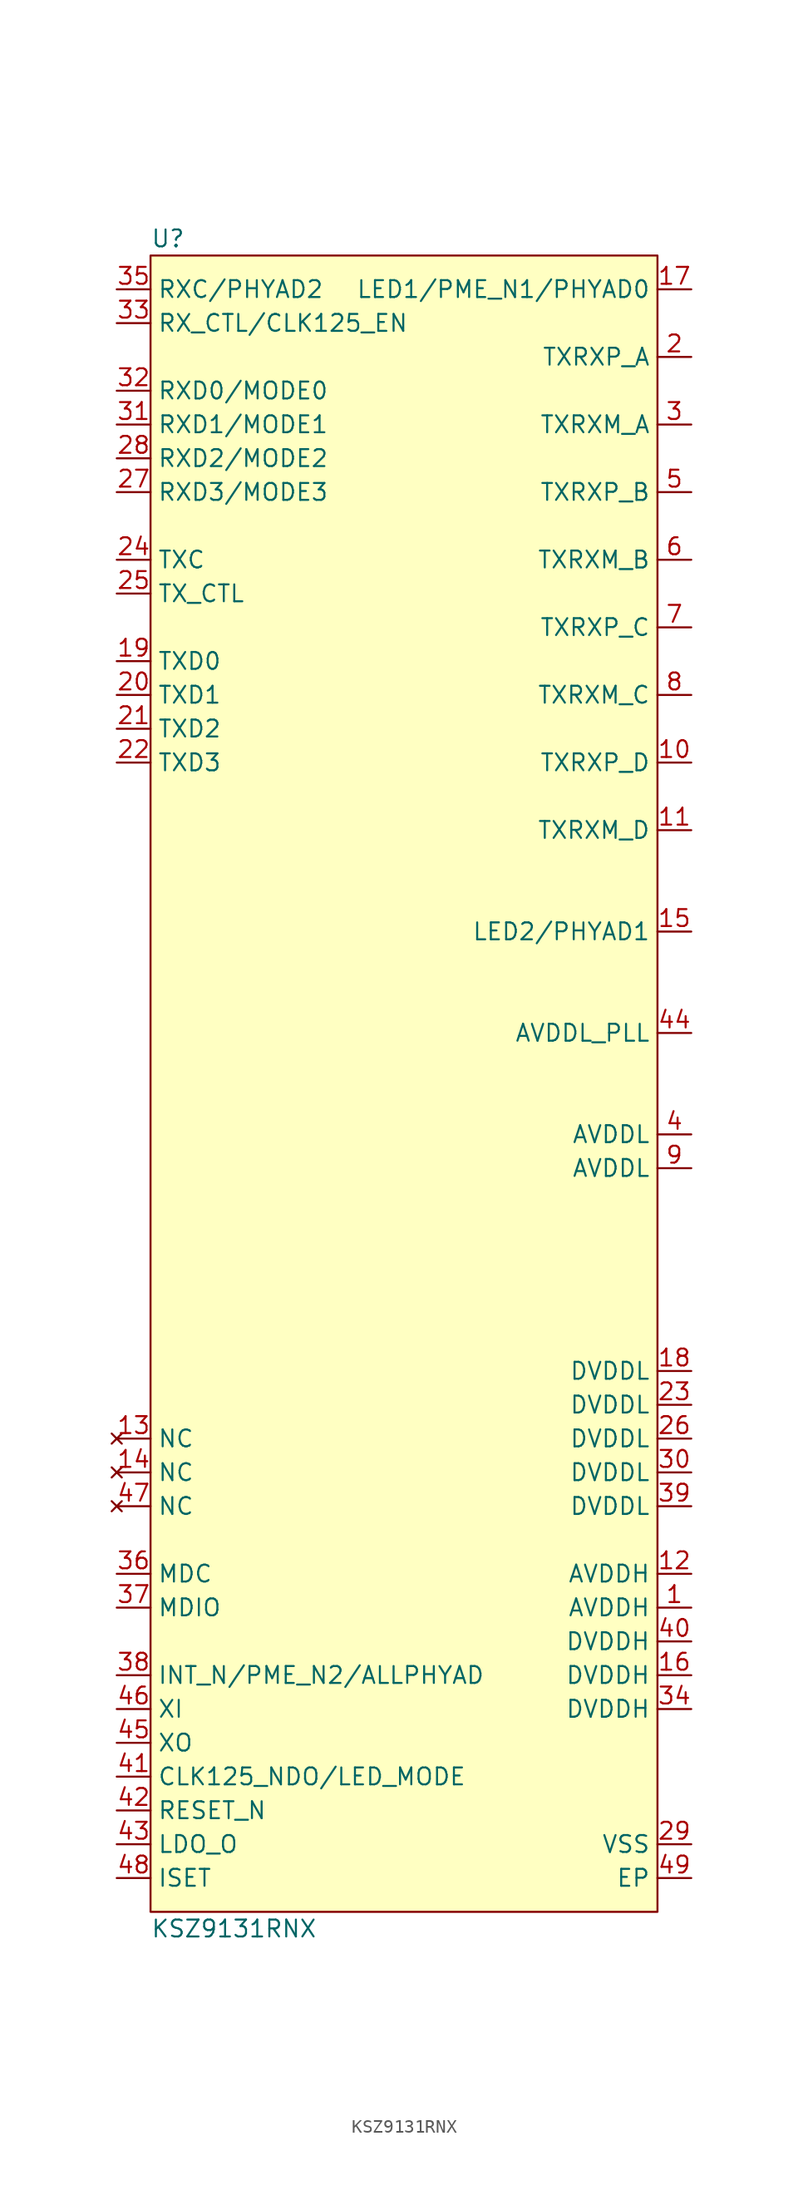
<source format=kicad_sym>
(kicad_symbol_lib
  (version 20211014)
  (generator kicad_symbol_editor)
  (symbol "KSZ9131RNX"
    (property "Reference" "U"
      (at 0 1.27 0)
      (effects (font (size 1.27 1.27)) (justify left)))
    (property "Value" "KSZ9131RNX"
      (at 0 -125.73 0)
      (effects (font (size 1.27 1.27)) (justify left)))
    (symbol "KSZ9131RNX_0_1"
      (rectangle (start 0 0) (end 38.1 -124.46) (stroke (width 0) (type default) (color 0 0 0 0)) (fill (type background))))
    (symbol "KSZ9131RNX_1_1"
      (pin power_in line (at 40.64 -101.6 180) (length 2.54) (name "AVDDH" (effects (font (size 1.27 1.27)))) (number "1" (effects (font (size 1.27 1.27)))))
      (pin bidirectional line (at 40.64 -38.1 180) (length 2.54) (name "TXRXP_D" (effects (font (size 1.27 1.27)))) (number "10" (effects (font (size 1.27 1.27)))))
      (pin bidirectional line (at 40.64 -43.18 180) (length 2.54) (name "TXRXM_D" (effects (font (size 1.27 1.27)))) (number "11" (effects (font (size 1.27 1.27)))))
      (pin power_in line (at 40.64 -99.06 180) (length 2.54) (name "AVDDH" (effects (font (size 1.27 1.27)))) (number "12" (effects (font (size 1.27 1.27)))))
      (pin no_connect line (at -2.54 -88.9 0) (length 2.54) (name "NC" (effects (font (size 1.27 1.27)))) (number "13" (effects (font (size 1.27 1.27)))))
      (pin no_connect line (at -2.54 -91.44 0) (length 2.54) (name "NC" (effects (font (size 1.27 1.27)))) (number "14" (effects (font (size 1.27 1.27)))))
      (pin output line (at 40.64 -50.8 180) (length 2.54) (name "LED2/PHYAD1" (effects (font (size 1.27 1.27)))) (number "15" (effects (font (size 1.27 1.27)))))
      (pin power_in line (at 40.64 -106.68 180) (length 2.54) (name "DVDDH" (effects (font (size 1.27 1.27)))) (number "16" (effects (font (size 1.27 1.27)))))
      (pin output line (at 40.64 -2.54 180) (length 2.54) (name "LED1/PME_N1/PHYAD0" (effects (font (size 1.27 1.27)))) (number "17" (effects (font (size 1.27 1.27)))))
      (pin power_in line (at 40.64 -83.82 180) (length 2.54) (name "DVDDL" (effects (font (size 1.27 1.27)))) (number "18" (effects (font (size 1.27 1.27)))))
      (pin input line (at -2.54 -30.48 0) (length 2.54) (name "TXD0" (effects (font (size 1.27 1.27)))) (number "19" (effects (font (size 1.27 1.27)))))
      (pin bidirectional line (at 40.64 -7.62 180) (length 2.54) (name "TXRXP_A" (effects (font (size 1.27 1.27)))) (number "2" (effects (font (size 1.27 1.27)))))
      (pin input line (at -2.54 -33.02 0) (length 2.54) (name "TXD1" (effects (font (size 1.27 1.27)))) (number "20" (effects (font (size 1.27 1.27)))))
      (pin input line (at -2.54 -35.56 0) (length 2.54) (name "TXD2" (effects (font (size 1.27 1.27)))) (number "21" (effects (font (size 1.27 1.27)))))
      (pin input line (at -2.54 -38.1 0) (length 2.54) (name "TXD3" (effects (font (size 1.27 1.27)))) (number "22" (effects (font (size 1.27 1.27)))))
      (pin power_in line (at 40.64 -86.36 180) (length 2.54) (name "DVDDL" (effects (font (size 1.27 1.27)))) (number "23" (effects (font (size 1.27 1.27)))))
      (pin input line (at -2.54 -22.86 0) (length 2.54) (name "TXC" (effects (font (size 1.27 1.27)))) (number "24" (effects (font (size 1.27 1.27)))))
      (pin input line (at -2.54 -25.4 0) (length 2.54) (name "TX_CTL" (effects (font (size 1.27 1.27)))) (number "25" (effects (font (size 1.27 1.27)))))
      (pin power_in line (at 40.64 -88.9 180) (length 2.54) (name "DVDDL" (effects (font (size 1.27 1.27)))) (number "26" (effects (font (size 1.27 1.27)))))
      (pin output line (at -2.54 -17.78 0) (length 2.54) (name "RXD3/MODE3" (effects (font (size 1.27 1.27)))) (number "27" (effects (font (size 1.27 1.27)))))
      (pin output line (at -2.54 -15.24 0) (length 2.54) (name "RXD2/MODE2" (effects (font (size 1.27 1.27)))) (number "28" (effects (font (size 1.27 1.27)))))
      (pin power_in line (at 40.64 -119.38 180) (length 2.54) (name "VSS" (effects (font (size 1.27 1.27)))) (number "29" (effects (font (size 1.27 1.27)))))
      (pin bidirectional line (at 40.64 -12.7 180) (length 2.54) (name "TXRXM_A" (effects (font (size 1.27 1.27)))) (number "3" (effects (font (size 1.27 1.27)))))
      (pin power_in line (at 40.64 -91.44 180) (length 2.54) (name "DVDDL" (effects (font (size 1.27 1.27)))) (number "30" (effects (font (size 1.27 1.27)))))
      (pin output line (at -2.54 -12.7 0) (length 2.54) (name "RXD1/MODE1" (effects (font (size 1.27 1.27)))) (number "31" (effects (font (size 1.27 1.27)))))
      (pin output line (at -2.54 -10.16 0) (length 2.54) (name "RXD0/MODE0" (effects (font (size 1.27 1.27)))) (number "32" (effects (font (size 1.27 1.27)))))
      (pin output line (at -2.54 -5.08 0) (length 2.54) (name "RX_CTL/CLK125_EN" (effects (font (size 1.27 1.27)))) (number "33" (effects (font (size 1.27 1.27)))))
      (pin power_in line (at 40.64 -109.22 180) (length 2.54) (name "DVDDH" (effects (font (size 1.27 1.27)))) (number "34" (effects (font (size 1.27 1.27)))))
      (pin output line (at -2.54 -2.54 0) (length 2.54) (name "RXC/PHYAD2" (effects (font (size 1.27 1.27)))) (number "35" (effects (font (size 1.27 1.27)))))
      (pin input line (at -2.54 -99.06 0) (length 2.54) (name "MDC" (effects (font (size 1.27 1.27)))) (number "36" (effects (font (size 1.27 1.27)))))
      (pin bidirectional line (at -2.54 -101.6 0) (length 2.54) (name "MDIO" (effects (font (size 1.27 1.27)))) (number "37" (effects (font (size 1.27 1.27)))))
      (pin output line (at -2.54 -106.68 0) (length 2.54) (name "INT_N/PME_N2/ALLPHYAD" (effects (font (size 1.27 1.27)))) (number "38" (effects (font (size 1.27 1.27)))))
      (pin power_in line (at 40.64 -93.98 180) (length 2.54) (name "DVDDL" (effects (font (size 1.27 1.27)))) (number "39" (effects (font (size 1.27 1.27)))))
      (pin power_in line (at 40.64 -66.04 180) (length 2.54) (name "AVDDL" (effects (font (size 1.27 1.27)))) (number "4" (effects (font (size 1.27 1.27)))))
      (pin power_in line (at 40.64 -104.14 180) (length 2.54) (name "DVDDH" (effects (font (size 1.27 1.27)))) (number "40" (effects (font (size 1.27 1.27)))))
      (pin output line (at -2.54 -114.3 0) (length 2.54) (name "CLK125_NDO/LED_MODE" (effects (font (size 1.27 1.27)))) (number "41" (effects (font (size 1.27 1.27)))))
      (pin input line (at -2.54 -116.84 0) (length 2.54) (name "RESET_N" (effects (font (size 1.27 1.27)))) (number "42" (effects (font (size 1.27 1.27)))))
      (pin output line (at -2.54 -119.38 0) (length 2.54) (name "LDO_O" (effects (font (size 1.27 1.27)))) (number "43" (effects (font (size 1.27 1.27)))))
      (pin power_in line (at 40.64 -58.42 180) (length 2.54) (name "AVDDL_PLL" (effects (font (size 1.27 1.27)))) (number "44" (effects (font (size 1.27 1.27)))))
      (pin output line (at -2.54 -111.76 0) (length 2.54) (name "XO" (effects (font (size 1.27 1.27)))) (number "45" (effects (font (size 1.27 1.27)))))
      (pin input line (at -2.54 -109.22 0) (length 2.54) (name "XI" (effects (font (size 1.27 1.27)))) (number "46" (effects (font (size 1.27 1.27)))))
      (pin no_connect line (at -2.54 -93.98 0) (length 2.54) (name "NC" (effects (font (size 1.27 1.27)))) (number "47" (effects (font (size 1.27 1.27)))))
      (pin input line (at -2.54 -121.92 0) (length 2.54) (name "ISET" (effects (font (size 1.27 1.27)))) (number "48" (effects (font (size 1.27 1.27)))))
      (pin power_in line (at 40.64 -121.92 180) (length 2.54) (name "EP" (effects (font (size 1.27 1.27)))) (number "49" (effects (font (size 1.27 1.27)))))
      (pin bidirectional line (at 40.64 -17.78 180) (length 2.54) (name "TXRXP_B" (effects (font (size 1.27 1.27)))) (number "5" (effects (font (size 1.27 1.27)))))
      (pin bidirectional line (at 40.64 -22.86 180) (length 2.54) (name "TXRXM_B" (effects (font (size 1.27 1.27)))) (number "6" (effects (font (size 1.27 1.27)))))
      (pin bidirectional line (at 40.64 -27.94 180) (length 2.54) (name "TXRXP_C" (effects (font (size 1.27 1.27)))) (number "7" (effects (font (size 1.27 1.27)))))
      (pin bidirectional line (at 40.64 -33.02 180) (length 2.54) (name "TXRXM_C" (effects (font (size 1.27 1.27)))) (number "8" (effects (font (size 1.27 1.27)))))
      (pin power_in line (at 40.64 -68.58 180) (length 2.54) (name "AVDDL" (effects (font (size 1.27 1.27)))) (number "9" (effects (font (size 1.27 1.27))))))))
</source>
